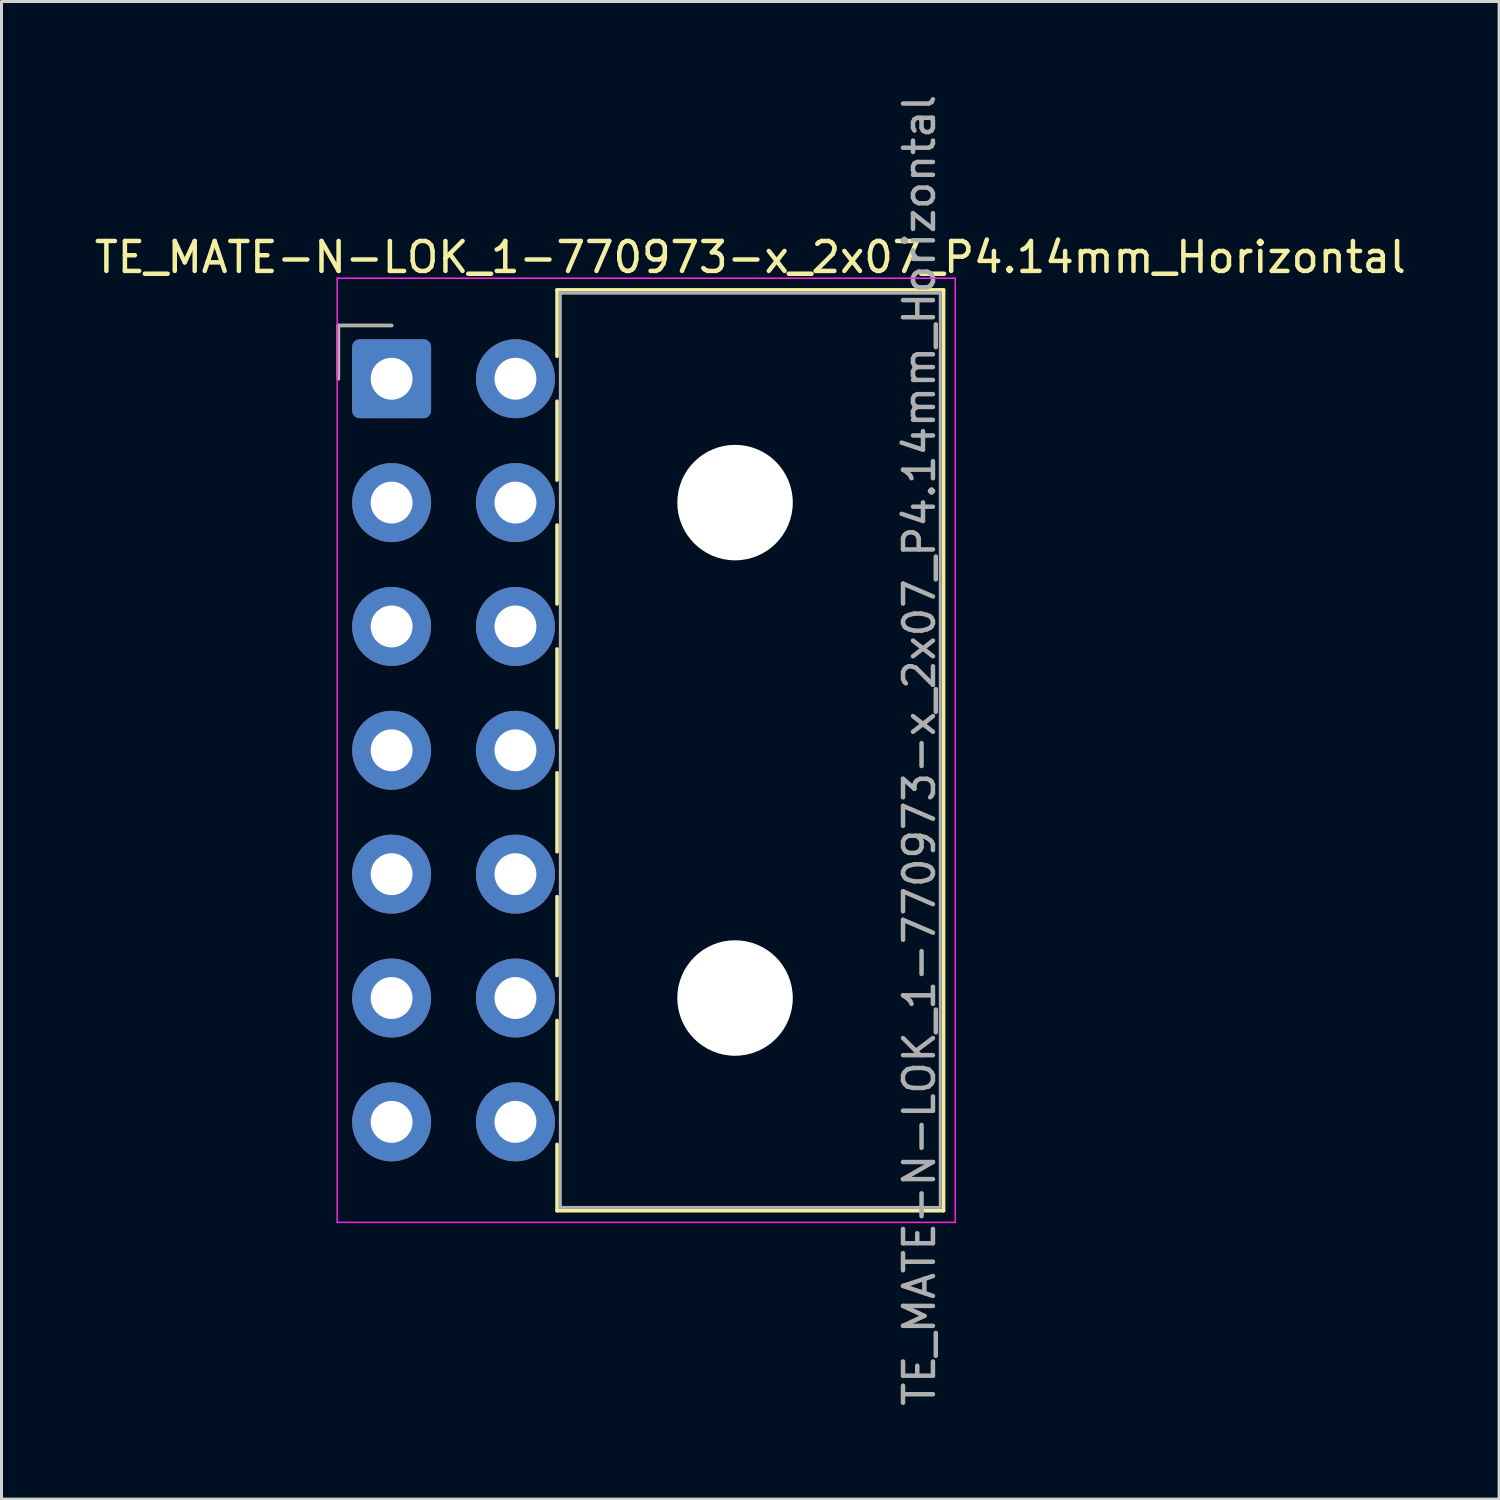
<source format=kicad_pcb>
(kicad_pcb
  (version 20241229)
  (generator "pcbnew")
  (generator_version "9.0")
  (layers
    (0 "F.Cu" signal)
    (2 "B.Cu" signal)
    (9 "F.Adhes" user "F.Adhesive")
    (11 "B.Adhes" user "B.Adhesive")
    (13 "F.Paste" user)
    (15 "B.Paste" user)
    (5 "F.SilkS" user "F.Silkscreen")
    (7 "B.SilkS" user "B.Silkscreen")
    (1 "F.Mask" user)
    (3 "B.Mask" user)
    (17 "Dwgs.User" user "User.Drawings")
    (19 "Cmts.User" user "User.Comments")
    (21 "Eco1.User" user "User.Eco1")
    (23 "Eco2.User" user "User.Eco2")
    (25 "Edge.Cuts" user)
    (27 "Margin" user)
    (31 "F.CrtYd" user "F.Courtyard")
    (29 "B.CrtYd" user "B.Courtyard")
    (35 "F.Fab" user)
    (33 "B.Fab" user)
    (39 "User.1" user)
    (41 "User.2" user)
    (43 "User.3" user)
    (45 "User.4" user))
  (footprint "TE_MATE-N-LOK_1-770973-x_2x07_P4.14mm_Horizontal"
    (layer "F.Cu")
    (at 10.04 9.61)
    (property "Reference" "TE_MATE-N-LOK_1-770973-x_2x07_P4.14mm_Horizontal" (at 11.99 -4.06 0) (layer "F.SilkS") (effects (font (size 1 1) (thickness 0.15))))
    (attr through_hole)
    (fp_line (start -1.78 -1.78) (end -1.78 0) (stroke (width 0.12) (type solid)) (layer "F.SilkS"))
    (fp_line (start 0 -1.78) (end -1.78 -1.78) (stroke (width 0.12) (type solid)) (layer "F.SilkS"))
    (fp_line (start 5.53 -2.97) (end 18.45 -2.97) (stroke (width 0.12) (type solid)) (layer "F.SilkS"))
    (fp_line (start 5.53 -0.751) (end 5.53 -2.97) (stroke (width 0.12) (type solid)) (layer "F.SilkS"))
    (fp_line (start 5.53 0.751) (end 5.53 3.389) (stroke (width 0.12) (type solid)) (layer "F.SilkS"))
    (fp_line (start 5.53 4.891) (end 5.53 7.529) (stroke (width 0.12) (type solid)) (layer "F.SilkS"))
    (fp_line (start 5.53 9.031) (end 5.53 11.669) (stroke (width 0.12) (type solid)) (layer "F.SilkS"))
    (fp_line (start 5.53 13.171) (end 5.53 15.809) (stroke (width 0.12) (type solid)) (layer "F.SilkS"))
    (fp_line (start 5.53 17.311) (end 5.53 19.949) (stroke (width 0.12) (type solid)) (layer "F.SilkS"))
    (fp_line (start 5.53 21.451) (end 5.53 24.089) (stroke (width 0.12) (type solid)) (layer "F.SilkS"))
    (fp_line (start 5.53 27.81) (end 5.53 25.591) (stroke (width 0.12) (type solid)) (layer "F.SilkS"))
    (fp_line (start 18.45 -2.97) (end 18.45 27.81) (stroke (width 0.12) (type solid)) (layer "F.SilkS"))
    (fp_line (start 18.45 27.81) (end 5.53 27.81) (stroke (width 0.12) (type solid)) (layer "F.SilkS"))
    (fp_line (start -1.82 -3.36) (end -1.82 28.2) (stroke (width 0.05) (type solid)) (layer "F.CrtYd"))
    (fp_line (start -1.82 28.2) (end 18.84 28.2) (stroke (width 0.05) (type solid)) (layer "F.CrtYd"))
    (fp_line (start 18.84 -3.36) (end -1.82 -3.36) (stroke (width 0.05) (type solid)) (layer "F.CrtYd"))
    (fp_line (start 18.84 28.2) (end 18.84 -3.36) (stroke (width 0.05) (type solid)) (layer "F.CrtYd"))
    (fp_line (start -1.78 -1.78) (end -1.78 0) (stroke (width 0.1) (type solid)) (layer "F.Fab"))
    (fp_line (start 0 -1.78) (end -1.78 -1.78) (stroke (width 0.1) (type solid)) (layer "F.Fab"))
    (fp_line (start 5.64 -2.86) (end 5.64 27.7) (stroke (width 0.1) (type solid)) (layer "F.Fab"))
    (fp_line (start 5.64 27.7) (end 18.34 27.7) (stroke (width 0.1) (type solid)) (layer "F.Fab"))
    (fp_line (start 18.34 -2.86) (end 5.64 -2.86) (stroke (width 0.1) (type solid)) (layer "F.Fab"))
    (fp_line (start 18.34 27.7) (end 18.34 -2.86) (stroke (width 0.1) (type solid)) (layer "F.Fab"))
    (fp_text user "${REFERENCE}" (at 17.64 12.42 90) (layer "F.Fab") (effects (font (size 1 1) (thickness 0.15))))
    (pad "" np_thru_hole circle (at 11.48 4.14) (size 3.86 3.86) (drill 3.86) (layers "*.Cu" "*.Mask"))
    (pad "" np_thru_hole circle (at 11.48 20.7) (size 3.86 3.86) (drill 3.86) (layers "*.Cu" "*.Mask"))
    (pad "1" thru_hole roundrect (at 0 0) (size 2.64 2.64) (drill 1.4) (layers "*.Cu" "*.Mask") (roundrect_rratio 0.095))
    (pad "2" thru_hole circle (at 0 4.14) (size 2.64 2.64) (drill 1.4) (layers "*.Cu" "*.Mask"))
    (pad "3" thru_hole circle (at 0 8.28) (size 2.64 2.64) (drill 1.4) (layers "*.Cu" "*.Mask"))
    (pad "4" thru_hole circle (at 0 12.42) (size 2.64 2.64) (drill 1.4) (layers "*.Cu" "*.Mask"))
    (pad "5" thru_hole circle (at 0 16.56) (size 2.64 2.64) (drill 1.4) (layers "*.Cu" "*.Mask"))
    (pad "6" thru_hole circle (at 0 20.7) (size 2.64 2.64) (drill 1.4) (layers "*.Cu" "*.Mask"))
    (pad "7" thru_hole circle (at 0 24.84) (size 2.64 2.64) (drill 1.4) (layers "*.Cu" "*.Mask"))
    (pad "8" thru_hole circle (at 4.14 0) (size 2.64 2.64) (drill 1.4) (layers "*.Cu" "*.Mask"))
    (pad "9" thru_hole circle (at 4.14 4.14) (size 2.64 2.64) (drill 1.4) (layers "*.Cu" "*.Mask"))
    (pad "10" thru_hole circle (at 4.14 8.28) (size 2.64 2.64) (drill 1.4) (layers "*.Cu" "*.Mask"))
    (pad "11" thru_hole circle (at 4.14 12.42) (size 2.64 2.64) (drill 1.4) (layers "*.Cu" "*.Mask"))
    (pad "12" thru_hole circle (at 4.14 16.56) (size 2.64 2.64) (drill 1.4) (layers "*.Cu" "*.Mask"))
    (pad "13" thru_hole circle (at 4.14 20.7) (size 2.64 2.64) (drill 1.4) (layers "*.Cu" "*.Mask"))
    (pad "14" thru_hole circle (at 4.14 24.84) (size 2.64 2.64) (drill 1.4) (layers "*.Cu" "*.Mask")))
  (gr_rect
    (start -3 -3)
    (end 47.06 47.06)
    (stroke (width 0.1) (type default))
    (fill no)
    (layer "Edge.Cuts")))
</source>
